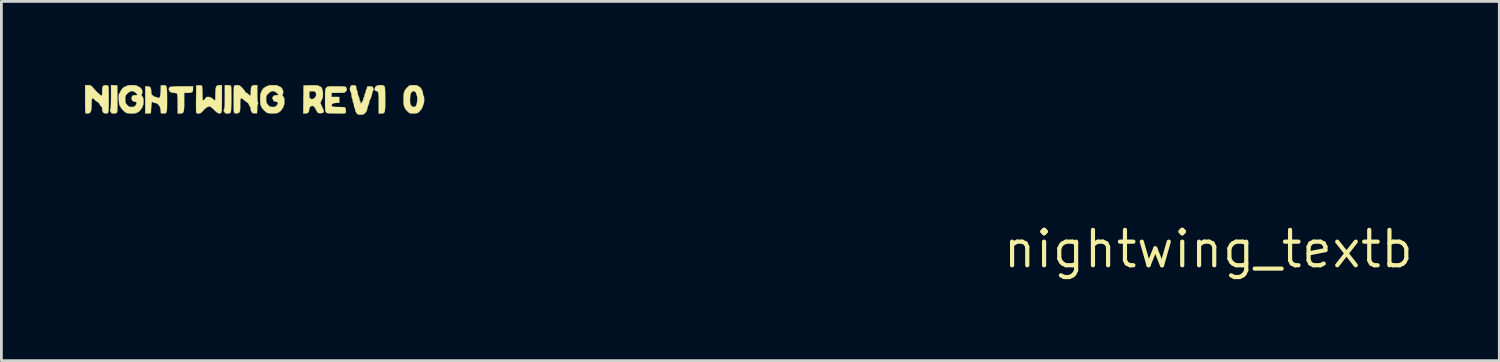
<source format=kicad_pcb>
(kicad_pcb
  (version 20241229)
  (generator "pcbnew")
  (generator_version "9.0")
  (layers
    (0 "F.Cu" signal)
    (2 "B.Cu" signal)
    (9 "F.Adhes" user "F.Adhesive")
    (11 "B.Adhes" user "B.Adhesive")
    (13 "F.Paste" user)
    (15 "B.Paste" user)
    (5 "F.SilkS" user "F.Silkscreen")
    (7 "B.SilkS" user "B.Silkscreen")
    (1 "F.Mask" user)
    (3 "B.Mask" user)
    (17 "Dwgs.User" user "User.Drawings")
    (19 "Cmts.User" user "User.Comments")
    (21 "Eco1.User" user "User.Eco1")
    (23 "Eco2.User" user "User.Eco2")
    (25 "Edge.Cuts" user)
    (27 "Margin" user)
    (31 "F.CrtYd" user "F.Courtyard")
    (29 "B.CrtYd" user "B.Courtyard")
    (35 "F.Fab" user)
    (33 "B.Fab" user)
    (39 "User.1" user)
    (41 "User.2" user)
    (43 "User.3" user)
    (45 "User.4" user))
  (footprint "nightwing_textb"
    (layer "F.Cu")
    (at 40.328 5.892)
    (property "Reference" "nightwing_textb" (at 0 0 0) (layer "F.SilkS") (effects (font (size 1.27 1.27) (thickness 0.15))))
    (attr through_hole)
    (fp_poly (pts (xy -39.28 -5.88) (xy -39.169 -5.874) (xy -39.163 -5.4) (xy -39.162 -5.225) (xy -39.163 -5.089) (xy -39.167 -4.991) (xy -39.172 -4.928) (xy -39.181 -4.898) (xy -39.182 -4.897) (xy -39.217 -4.879) (xy -39.276 -4.869) (xy -39.293 -4.868) (xy -39.352 -4.872) (xy -39.385 -4.891) (xy -39.409 -4.932) (xy -39.41 -4.934) (xy -39.427 -4.987) (xy -39.418 -5.019) (xy -39.415 -5.022) (xy -39.405 -5.054) (xy -39.398 -5.126) (xy -39.394 -5.239) (xy -39.391 -5.395) (xy -39.391 -5.466) (xy -39.391 -5.887) (xy -39.28 -5.88)) (stroke (width 0.01) (type solid)) (fill yes) (layer "F.SilkS"))
    (fp_poly (pts (xy -35.132 -5.879) (xy -35.094 -5.863) (xy -35.086 -5.851) (xy -35.08 -5.815) (xy -35.076 -5.745) (xy -35.074 -5.65) (xy -35.073 -5.537) (xy -35.073 -5.414) (xy -35.074 -5.288) (xy -35.077 -5.169) (xy -35.081 -5.063) (xy -35.085 -4.979) (xy -35.091 -4.925) (xy -35.095 -4.909) (xy -35.126 -4.884) (xy -35.177 -4.869) (xy -35.233 -4.866) (xy -35.28 -4.874) (xy -35.305 -4.894) (xy -35.306 -4.9) (xy -35.317 -4.928) (xy -35.327 -4.932) (xy -35.345 -4.95) (xy -35.348 -4.973) (xy -35.339 -5.013) (xy -35.327 -5.027) (xy -35.32 -5.053) (xy -35.314 -5.117) (xy -35.309 -5.215) (xy -35.307 -5.344) (xy -35.306 -5.462) (xy -35.306 -5.884) (xy -35.202 -5.884) (xy -35.132 -5.879)) (stroke (width 0.01) (type solid)) (fill yes) (layer "F.SilkS"))
    (fp_poly (pts (xy -29.627 -5.876) (xy -29.581 -5.85) (xy -29.578 -5.847) (xy -29.568 -5.823) (xy -29.56 -5.776) (xy -29.555 -5.703) (xy -29.552 -5.6) (xy -29.55 -5.46) (xy -29.55 -5.376) (xy -29.55 -5.217) (xy -29.553 -5.095) (xy -29.558 -5.005) (xy -29.568 -4.943) (xy -29.584 -4.903) (xy -29.607 -4.881) (xy -29.639 -4.871) (xy -29.681 -4.868) (xy -29.694 -4.868) (xy -29.782 -4.868) (xy -29.782 -5.24) (xy -29.782 -5.387) (xy -29.786 -5.497) (xy -29.792 -5.574) (xy -29.804 -5.626) (xy -29.821 -5.656) (xy -29.845 -5.67) (xy -29.873 -5.673) (xy -29.91 -5.689) (xy -29.927 -5.731) (xy -29.921 -5.785) (xy -29.891 -5.838) (xy -29.89 -5.839) (xy -29.843 -5.868) (xy -29.773 -5.884) (xy -29.696 -5.887) (xy -29.627 -5.876)) (stroke (width 0.01) (type solid)) (fill yes) (layer "F.SilkS"))
    (fp_poly (pts (xy -36.449 -5.747) (xy -36.455 -5.682) (xy -36.479 -5.641) (xy -36.527 -5.618) (xy -36.607 -5.61) (xy -36.649 -5.609) (xy -36.767 -5.609) (xy -36.767 -5.274) (xy -36.767 -5.133) (xy -36.772 -5.029) (xy -36.781 -4.957) (xy -36.799 -4.91) (xy -36.826 -4.883) (xy -36.864 -4.871) (xy -36.917 -4.868) (xy -36.922 -4.868) (xy -36.999 -4.868) (xy -36.999 -5.213) (xy -37.001 -5.362) (xy -37.005 -5.471) (xy -37.012 -5.543) (xy -37.022 -5.58) (xy -37.025 -5.584) (xy -37.06 -5.599) (xy -37.12 -5.608) (xy -37.147 -5.609) (xy -37.234 -5.623) (xy -37.291 -5.663) (xy -37.316 -5.725) (xy -37.317 -5.738) (xy -37.314 -5.772) (xy -37.302 -5.798) (xy -37.277 -5.816) (xy -37.232 -5.829) (xy -37.163 -5.836) (xy -37.064 -5.84) (xy -36.93 -5.842) (xy -36.853 -5.842) (xy -36.449 -5.842) (xy -36.449 -5.747)) (stroke (width 0.01) (type solid)) (fill yes) (layer "F.SilkS"))
    (fp_poly (pts (xy -37.445 -5.877) (xy -37.421 -5.86) (xy -37.403 -5.825) (xy -37.392 -5.77) (xy -37.385 -5.687) (xy -37.382 -5.574) (xy -37.381 -5.425) (xy -37.381 -5.363) (xy -37.381 -5.205) (xy -37.383 -5.084) (xy -37.387 -4.996) (xy -37.396 -4.935) (xy -37.411 -4.897) (xy -37.432 -4.877) (xy -37.463 -4.87) (xy -37.503 -4.871) (xy -37.522 -4.872) (xy -37.603 -4.879) (xy -37.609 -4.989) (xy -37.629 -5.085) (xy -37.674 -5.166) (xy -37.736 -5.224) (xy -37.808 -5.249) (xy -37.819 -5.249) (xy -37.868 -5.257) (xy -37.894 -5.275) (xy -37.894 -5.276) (xy -37.909 -5.297) (xy -37.924 -5.279) (xy -37.937 -5.226) (xy -37.947 -5.142) (xy -37.952 -5.073) (xy -37.962 -4.879) (xy -38.163 -4.866) (xy -38.163 -5.842) (xy -38.088 -5.842) (xy -38.018 -5.832) (xy -37.976 -5.799) (xy -37.955 -5.736) (xy -37.952 -5.673) (xy -37.948 -5.601) (xy -37.931 -5.554) (xy -37.896 -5.513) (xy -37.896 -5.513) (xy -37.848 -5.478) (xy -37.804 -5.461) (xy -37.8 -5.461) (xy -37.75 -5.45) (xy -37.721 -5.436) (xy -37.679 -5.422) (xy -37.648 -5.44) (xy -37.627 -5.493) (xy -37.614 -5.584) (xy -37.609 -5.676) (xy -37.603 -5.874) (xy -37.521 -5.88) (xy -37.478 -5.882) (xy -37.445 -5.877)) (stroke (width 0.01) (type solid)) (fill yes) (layer "F.SilkS"))
    (fp_poly (pts (xy -31.998 -5.878) (xy -31.95 -5.871) (xy -31.941 -5.864) (xy -31.923 -5.845) (xy -31.903 -5.842) (xy -31.858 -5.822) (xy -31.821 -5.768) (xy -31.795 -5.687) (xy -31.784 -5.586) (xy -31.784 -5.567) (xy -31.789 -5.473) (xy -31.807 -5.4) (xy -31.841 -5.329) (xy -31.868 -5.274) (xy -31.88 -5.237) (xy -31.877 -5.228) (xy -31.857 -5.211) (xy -31.856 -5.202) (xy -31.847 -5.17) (xy -31.823 -5.115) (xy -31.798 -5.065) (xy -31.762 -4.982) (xy -31.757 -4.926) (xy -31.784 -4.893) (xy -31.846 -4.88) (xy -31.877 -4.879) (xy -31.929 -4.881) (xy -31.963 -4.894) (xy -31.991 -4.928) (xy -32.023 -4.985) (xy -32.067 -5.065) (xy -32.103 -5.114) (xy -32.134 -5.137) (xy -32.167 -5.143) (xy -32.23 -5.124) (xy -32.268 -5.072) (xy -32.279 -5.007) (xy -32.292 -4.931) (xy -32.331 -4.886) (xy -32.401 -4.869) (xy -32.416 -4.868) (xy -32.492 -4.868) (xy -32.486 -5.371) (xy -32.485 -5.476) (xy -32.276 -5.476) (xy -32.265 -5.432) (xy -32.243 -5.407) (xy -32.19 -5.38) (xy -32.138 -5.389) (xy -32.083 -5.426) (xy -32.037 -5.49) (xy -32.026 -5.563) (xy -32.053 -5.633) (xy -32.056 -5.637) (xy -32.089 -5.663) (xy -32.144 -5.67) (xy -32.177 -5.669) (xy -32.269 -5.662) (xy -32.275 -5.549) (xy -32.276 -5.476) (xy -32.485 -5.476) (xy -32.48 -5.874) (xy -32.21 -5.88) (xy -32.086 -5.881) (xy -31.998 -5.878)) (stroke (width 0.01) (type solid)) (fill yes) (layer "F.SilkS"))
    (fp_poly (pts (xy -31.302 -5.842) (xy -31.177 -5.841) (xy -31.088 -5.839) (xy -31.027 -5.835) (xy -30.989 -5.828) (xy -30.966 -5.817) (xy -30.954 -5.805) (xy -30.927 -5.747) (xy -30.941 -5.69) (xy -30.968 -5.655) (xy -30.99 -5.635) (xy -31.019 -5.622) (xy -31.061 -5.614) (xy -31.127 -5.61) (xy -31.225 -5.609) (xy -31.243 -5.609) (xy -31.475 -5.609) (xy -31.475 -5.461) (xy -31.2 -5.461) (xy -31.2 -5.249) (xy -31.307 -5.249) (xy -31.398 -5.239) (xy -31.455 -5.209) (xy -31.475 -5.16) (xy -31.475 -5.158) (xy -31.468 -5.134) (xy -31.442 -5.117) (xy -31.393 -5.107) (xy -31.312 -5.102) (xy -31.214 -5.101) (xy -31.125 -5.099) (xy -31.052 -5.095) (xy -31.005 -5.088) (xy -30.995 -5.085) (xy -30.973 -5.048) (xy -30.962 -4.979) (xy -30.964 -4.916) (xy -30.966 -4.898) (xy -30.974 -4.885) (xy -30.995 -4.877) (xy -31.035 -4.872) (xy -31.099 -4.87) (xy -31.194 -4.869) (xy -31.3 -4.87) (xy -31.429 -4.871) (xy -31.522 -4.873) (xy -31.586 -4.878) (xy -31.628 -4.885) (xy -31.655 -4.896) (xy -31.671 -4.908) (xy -31.684 -4.926) (xy -31.693 -4.952) (xy -31.7 -4.992) (xy -31.704 -5.053) (xy -31.707 -5.141) (xy -31.708 -5.261) (xy -31.708 -5.358) (xy -31.708 -5.513) (xy -31.707 -5.631) (xy -31.699 -5.717) (xy -31.681 -5.776) (xy -31.649 -5.813) (xy -31.598 -5.833) (xy -31.523 -5.841) (xy -31.422 -5.843) (xy -31.302 -5.842)) (stroke (width 0.01) (type solid)) (fill yes) (layer "F.SilkS"))
    (fp_poly (pts (xy -35.412 -5.402) (xy -35.413 -5.229) (xy -35.415 -5.096) (xy -35.419 -4.998) (xy -35.425 -4.934) (xy -35.433 -4.9) (xy -35.437 -4.894) (xy -35.485 -4.868) (xy -35.544 -4.879) (xy -35.615 -4.926) (xy -35.672 -4.979) (xy -35.748 -5.053) (xy -35.802 -5.099) (xy -35.845 -5.12) (xy -35.884 -5.12) (xy -35.926 -5.103) (xy -35.94 -5.096) (xy -35.999 -5.056) (xy -36.047 -5.014) (xy -36.052 -5.009) (xy -36.113 -4.939) (xy -36.158 -4.897) (xy -36.196 -4.875) (xy -36.238 -4.869) (xy -36.251 -4.868) (xy -36.302 -4.875) (xy -36.332 -4.893) (xy -36.334 -4.895) (xy -36.336 -4.923) (xy -36.338 -4.988) (xy -36.339 -5.081) (xy -36.34 -5.198) (xy -36.339 -5.331) (xy -36.338 -5.398) (xy -36.333 -5.874) (xy -36.239 -5.88) (xy -36.167 -5.878) (xy -36.13 -5.861) (xy -36.129 -5.859) (xy -36.122 -5.828) (xy -36.116 -5.764) (xy -36.112 -5.677) (xy -36.111 -5.583) (xy -36.109 -5.486) (xy -36.106 -5.407) (xy -36.101 -5.354) (xy -36.094 -5.335) (xy -36.058 -5.352) (xy -36.019 -5.39) (xy -35.999 -5.424) (xy -35.967 -5.455) (xy -35.912 -5.465) (xy -35.845 -5.454) (xy -35.778 -5.424) (xy -35.744 -5.398) (xy -35.699 -5.359) (xy -35.667 -5.336) (xy -35.661 -5.334) (xy -35.654 -5.354) (xy -35.649 -5.407) (xy -35.646 -5.487) (xy -35.645 -5.573) (xy -35.642 -5.695) (xy -35.633 -5.78) (xy -35.614 -5.836) (xy -35.581 -5.868) (xy -35.533 -5.882) (xy -35.486 -5.884) (xy -35.412 -5.884) (xy -35.412 -5.402)) (stroke (width 0.01) (type solid)) (fill yes) (layer "F.SilkS"))
    (fp_poly (pts (xy -28.455 -5.881) (xy -28.403 -5.874) (xy -28.384 -5.863) (xy -28.368 -5.844) (xy -28.356 -5.842) (xy -28.313 -5.823) (xy -28.268 -5.775) (xy -28.229 -5.708) (xy -28.202 -5.634) (xy -28.194 -5.578) (xy -28.189 -5.529) (xy -28.176 -5.504) (xy -28.173 -5.503) (xy -28.161 -5.484) (xy -28.154 -5.436) (xy -28.152 -5.372) (xy -28.154 -5.304) (xy -28.161 -5.245) (xy -28.172 -5.212) (xy -28.192 -5.162) (xy -28.203 -5.121) (xy -28.233 -5.051) (xy -28.292 -4.972) (xy -28.372 -4.895) (xy -28.411 -4.88) (xy -28.477 -4.871) (xy -28.538 -4.868) (xy -28.623 -4.872) (xy -28.678 -4.885) (xy -28.714 -4.908) (xy -28.788 -4.984) (xy -28.838 -5.051) (xy -28.869 -5.12) (xy -28.886 -5.202) (xy -28.892 -5.31) (xy -28.892 -5.369) (xy -28.66 -5.369) (xy -28.66 -5.368) (xy -28.657 -5.279) (xy -28.651 -5.217) (xy -28.641 -5.187) (xy -28.639 -5.186) (xy -28.619 -5.169) (xy -28.617 -5.156) (xy -28.6 -5.124) (xy -28.557 -5.106) (xy -28.506 -5.103) (xy -28.463 -5.119) (xy -28.454 -5.128) (xy -28.425 -5.188) (xy -28.405 -5.274) (xy -28.395 -5.368) (xy -28.399 -5.455) (xy -28.404 -5.482) (xy -28.433 -5.578) (xy -28.462 -5.638) (xy -28.496 -5.667) (xy -28.524 -5.673) (xy -28.584 -5.654) (xy -28.626 -5.597) (xy -28.651 -5.503) (xy -28.66 -5.369) (xy -28.892 -5.369) (xy -28.892 -5.376) (xy -28.89 -5.5) (xy -28.88 -5.593) (xy -28.859 -5.665) (xy -28.825 -5.727) (xy -28.772 -5.788) (xy -28.752 -5.809) (xy -28.709 -5.849) (xy -28.672 -5.872) (xy -28.626 -5.882) (xy -28.555 -5.884) (xy -28.531 -5.884) (xy -28.455 -5.881)) (stroke (width 0.01) (type solid)) (fill yes) (layer "F.SilkS"))
    (fp_poly (pts (xy -40.164 -5.883) (xy -40.126 -5.874) (xy -40.091 -5.851) (xy -40.05 -5.808) (xy -40.003 -5.752) (xy -39.943 -5.684) (xy -39.884 -5.624) (xy -39.838 -5.584) (xy -39.833 -5.581) (xy -39.792 -5.549) (xy -39.772 -5.524) (xy -39.772 -5.522) (xy -39.755 -5.505) (xy -39.74 -5.503) (xy -39.724 -5.512) (xy -39.714 -5.541) (xy -39.709 -5.601) (xy -39.709 -5.664) (xy -39.705 -5.765) (xy -39.693 -5.829) (xy -39.678 -5.854) (xy -39.636 -5.876) (xy -39.579 -5.884) (xy -39.525 -5.877) (xy -39.491 -5.856) (xy -39.489 -5.852) (xy -39.484 -5.818) (xy -39.48 -5.75) (xy -39.477 -5.655) (xy -39.475 -5.543) (xy -39.474 -5.421) (xy -39.475 -5.298) (xy -39.476 -5.181) (xy -39.478 -5.078) (xy -39.482 -4.999) (xy -39.486 -4.95) (xy -39.487 -4.948) (xy -39.5 -4.896) (xy -39.523 -4.873) (xy -39.568 -4.868) (xy -39.576 -4.868) (xy -39.647 -4.882) (xy -39.69 -4.925) (xy -39.707 -5.001) (xy -39.708 -5.022) (xy -39.712 -5.073) (xy -39.722 -5.1) (xy -39.725 -5.101) (xy -39.746 -5.118) (xy -39.775 -5.158) (xy -39.782 -5.17) (xy -39.835 -5.248) (xy -39.877 -5.287) (xy -39.894 -5.292) (xy -39.919 -5.306) (xy -39.959 -5.341) (xy -39.973 -5.355) (xy -40.02 -5.4) (xy -40.053 -5.418) (xy -40.073 -5.405) (xy -40.084 -5.359) (xy -40.089 -5.276) (xy -40.09 -5.205) (xy -40.094 -5.073) (xy -40.107 -4.978) (xy -40.132 -4.915) (xy -40.17 -4.88) (xy -40.223 -4.868) (xy -40.228 -4.868) (xy -40.279 -4.872) (xy -40.308 -4.882) (xy -40.308 -4.882) (xy -40.312 -4.907) (xy -40.316 -4.967) (xy -40.319 -5.058) (xy -40.321 -5.173) (xy -40.322 -5.305) (xy -40.322 -5.39) (xy -40.322 -5.884) (xy -40.217 -5.884) (xy -40.164 -5.883)) (stroke (width 0.01) (type solid)) (fill yes) (layer "F.SilkS"))
    (fp_poly (pts (xy -34.142 -5.579) (xy -34.14 -5.449) (xy -34.136 -5.35) (xy -34.129 -5.285) (xy -34.12 -5.259) (xy -34.11 -5.235) (xy -34.119 -5.22) (xy -34.13 -5.187) (xy -34.139 -5.125) (xy -34.146 -5.046) (xy -34.146 -5.037) (xy -34.152 -4.879) (xy -34.223 -4.872) (xy -34.3 -4.881) (xy -34.351 -4.922) (xy -34.374 -4.995) (xy -34.375 -5.02) (xy -34.379 -5.072) (xy -34.388 -5.1) (xy -34.392 -5.101) (xy -34.41 -5.119) (xy -34.433 -5.163) (xy -34.438 -5.175) (xy -34.46 -5.223) (xy -34.477 -5.248) (xy -34.48 -5.249) (xy -34.501 -5.262) (xy -34.545 -5.294) (xy -34.594 -5.334) (xy -34.658 -5.385) (xy -34.703 -5.412) (xy -34.731 -5.411) (xy -34.747 -5.38) (xy -34.754 -5.313) (xy -34.756 -5.209) (xy -34.756 -5.179) (xy -34.757 -5.071) (xy -34.76 -4.998) (xy -34.767 -4.951) (xy -34.779 -4.921) (xy -34.794 -4.903) (xy -34.843 -4.877) (xy -34.9 -4.869) (xy -34.95 -4.878) (xy -34.976 -4.902) (xy -34.98 -4.932) (xy -34.983 -4.998) (xy -34.986 -5.093) (xy -34.988 -5.209) (xy -34.988 -5.341) (xy -34.989 -5.376) (xy -34.988 -5.51) (xy -34.986 -5.631) (xy -34.984 -5.732) (xy -34.98 -5.806) (xy -34.977 -5.847) (xy -34.976 -5.851) (xy -34.949 -5.874) (xy -34.89 -5.884) (xy -34.869 -5.884) (xy -34.814 -5.881) (xy -34.772 -5.867) (xy -34.729 -5.833) (xy -34.681 -5.784) (xy -34.63 -5.726) (xy -34.591 -5.675) (xy -34.575 -5.646) (xy -34.552 -5.615) (xy -34.536 -5.609) (xy -34.504 -5.595) (xy -34.463 -5.56) (xy -34.459 -5.556) (xy -34.421 -5.52) (xy -34.394 -5.504) (xy -34.392 -5.503) (xy -34.384 -5.523) (xy -34.377 -5.574) (xy -34.374 -5.646) (xy -34.374 -5.657) (xy -34.369 -5.759) (xy -34.354 -5.826) (xy -34.324 -5.865) (xy -34.274 -5.882) (xy -34.229 -5.884) (xy -34.142 -5.884) (xy -34.142 -5.579)) (stroke (width 0.01) (type solid)) (fill yes) (layer "F.SilkS"))
    (fp_poly (pts (xy -30.68 -5.881) (xy -30.628 -5.874) (xy -30.602 -5.857) (xy -30.593 -5.817) (xy -30.59 -5.784) (xy -30.582 -5.729) (xy -30.569 -5.697) (xy -30.563 -5.694) (xy -30.55 -5.675) (xy -30.543 -5.629) (xy -30.543 -5.614) (xy -30.534 -5.55) (xy -30.514 -5.498) (xy -30.511 -5.494) (xy -30.487 -5.441) (xy -30.48 -5.395) (xy -30.473 -5.347) (xy -30.459 -5.323) (xy -30.441 -5.294) (xy -30.438 -5.269) (xy -30.431 -5.236) (xy -30.422 -5.228) (xy -30.4 -5.246) (xy -30.372 -5.288) (xy -30.347 -5.341) (xy -30.333 -5.387) (xy -30.332 -5.398) (xy -30.322 -5.438) (xy -30.311 -5.45) (xy -30.295 -5.479) (xy -30.29 -5.526) (xy -30.283 -5.57) (xy -30.268 -5.588) (xy -30.253 -5.606) (xy -30.247 -5.65) (xy -30.241 -5.699) (xy -30.226 -5.726) (xy -30.21 -5.755) (xy -30.205 -5.79) (xy -30.2 -5.823) (xy -30.18 -5.838) (xy -30.131 -5.842) (xy -30.114 -5.842) (xy -30.051 -5.836) (xy -30.006 -5.822) (xy -29.997 -5.817) (xy -29.98 -5.782) (xy -29.973 -5.735) (xy -29.976 -5.693) (xy -29.991 -5.673) (xy -29.993 -5.673) (xy -30.01 -5.655) (xy -30.014 -5.631) (xy -30.02 -5.586) (xy -30.035 -5.524) (xy -30.056 -5.457) (xy -30.077 -5.399) (xy -30.096 -5.362) (xy -30.103 -5.355) (xy -30.116 -5.337) (xy -30.12 -5.302) (xy -30.128 -5.245) (xy -30.139 -5.212) (xy -30.162 -5.156) (xy -30.184 -5.088) (xy -30.2 -5.025) (xy -30.205 -4.992) (xy -30.218 -4.958) (xy -30.251 -4.909) (xy -30.265 -4.893) (xy -30.308 -4.851) (xy -30.353 -4.832) (xy -30.417 -4.826) (xy -30.43 -4.826) (xy -30.498 -4.829) (xy -30.54 -4.844) (xy -30.574 -4.878) (xy -30.582 -4.889) (xy -30.613 -4.945) (xy -30.628 -5) (xy -30.628 -5.004) (xy -30.636 -5.049) (xy -30.649 -5.069) (xy -30.663 -5.097) (xy -30.67 -5.15) (xy -30.671 -5.166) (xy -30.675 -5.218) (xy -30.687 -5.247) (xy -30.692 -5.249) (xy -30.706 -5.268) (xy -30.713 -5.314) (xy -30.713 -5.322) (xy -30.718 -5.375) (xy -30.732 -5.407) (xy -30.734 -5.408) (xy -30.747 -5.436) (xy -30.755 -5.489) (xy -30.756 -5.51) (xy -30.764 -5.576) (xy -30.782 -5.631) (xy -30.788 -5.64) (xy -30.813 -5.702) (xy -30.816 -5.776) (xy -30.797 -5.841) (xy -30.791 -5.85) (xy -30.756 -5.876) (xy -30.696 -5.882) (xy -30.68 -5.881)) (stroke (width 0.01) (type solid)) (fill yes) (layer "F.SilkS"))
    (fp_poly (pts (xy -33.493 -5.882) (xy -33.431 -5.876) (xy -33.402 -5.866) (xy -33.401 -5.863) (xy -33.383 -5.845) (xy -33.363 -5.842) (xy -33.311 -5.823) (xy -33.262 -5.776) (xy -33.225 -5.713) (xy -33.211 -5.649) (xy -33.217 -5.593) (xy -33.232 -5.554) (xy -33.234 -5.552) (xy -33.243 -5.525) (xy -33.219 -5.486) (xy -33.213 -5.48) (xy -33.186 -5.442) (xy -33.173 -5.391) (xy -33.168 -5.313) (xy -33.168 -5.3) (xy -33.171 -5.228) (xy -33.18 -5.175) (xy -33.189 -5.154) (xy -33.207 -5.124) (xy -33.211 -5.1) (xy -33.22 -5.066) (xy -33.232 -5.059) (xy -33.251 -5.042) (xy -33.253 -5.031) (xy -33.27 -4.995) (xy -33.315 -4.95) (xy -33.379 -4.904) (xy -33.395 -4.895) (xy -33.445 -4.88) (xy -33.521 -4.872) (xy -33.61 -4.87) (xy -33.696 -4.874) (xy -33.764 -4.884) (xy -33.793 -4.894) (xy -33.841 -4.929) (xy -33.895 -4.979) (xy -33.945 -5.033) (xy -33.981 -5.08) (xy -33.994 -5.11) (xy -34.006 -5.146) (xy -34.015 -5.154) (xy -34.024 -5.18) (xy -34.031 -5.239) (xy -34.035 -5.323) (xy -34.036 -5.381) (xy -33.824 -5.381) (xy -33.822 -5.304) (xy -33.81 -5.252) (xy -33.782 -5.207) (xy -33.757 -5.177) (xy -33.709 -5.129) (xy -33.664 -5.107) (xy -33.602 -5.101) (xy -33.589 -5.101) (xy -33.523 -5.105) (xy -33.48 -5.123) (xy -33.441 -5.162) (xy -33.435 -5.169) (xy -33.402 -5.226) (xy -33.406 -5.266) (xy -33.449 -5.289) (xy -33.492 -5.296) (xy -33.546 -5.311) (xy -33.567 -5.345) (xy -33.583 -5.386) (xy -33.596 -5.4) (xy -33.601 -5.426) (xy -33.581 -5.469) (xy -33.545 -5.508) (xy -33.495 -5.523) (xy -33.462 -5.524) (xy -33.41 -5.527) (xy -33.382 -5.532) (xy -33.38 -5.533) (xy -33.393 -5.552) (xy -33.428 -5.59) (xy -33.445 -5.608) (xy -33.519 -5.661) (xy -33.593 -5.674) (xy -33.671 -5.646) (xy -33.74 -5.59) (xy -33.787 -5.541) (xy -33.813 -5.501) (xy -33.823 -5.451) (xy -33.824 -5.381) (xy -34.036 -5.381) (xy -34.036 -5.388) (xy -34.034 -5.489) (xy -34.029 -5.563) (xy -34.02 -5.603) (xy -34.015 -5.609) (xy -33.998 -5.627) (xy -33.994 -5.652) (xy -33.986 -5.686) (xy -33.975 -5.694) (xy -33.955 -5.711) (xy -33.945 -5.738) (xy -33.917 -5.779) (xy -33.889 -5.793) (xy -33.854 -5.81) (xy -33.846 -5.823) (xy -33.828 -5.838) (xy -33.803 -5.842) (xy -33.769 -5.851) (xy -33.761 -5.863) (xy -33.741 -5.873) (xy -33.686 -5.881) (xy -33.604 -5.884) (xy -33.581 -5.884) (xy -33.493 -5.882)) (stroke (width 0.01) (type solid)) (fill yes) (layer "F.SilkS"))
    (fp_poly (pts (xy -38.552 -5.882) (xy -38.49 -5.876) (xy -38.461 -5.866) (xy -38.46 -5.863) (xy -38.443 -5.844) (xy -38.428 -5.842) (xy -38.392 -5.829) (xy -38.345 -5.796) (xy -38.333 -5.786) (xy -38.286 -5.731) (xy -38.27 -5.67) (xy -38.269 -5.652) (xy -38.275 -5.595) (xy -38.29 -5.555) (xy -38.293 -5.552) (xy -38.302 -5.525) (xy -38.278 -5.486) (xy -38.272 -5.48) (xy -38.245 -5.442) (xy -38.231 -5.391) (xy -38.227 -5.313) (xy -38.227 -5.3) (xy -38.23 -5.228) (xy -38.238 -5.175) (xy -38.248 -5.154) (xy -38.266 -5.124) (xy -38.269 -5.1) (xy -38.278 -5.066) (xy -38.289 -5.059) (xy -38.31 -5.041) (xy -38.323 -5.016) (xy -38.348 -4.978) (xy -38.396 -4.936) (xy -38.419 -4.92) (xy -38.473 -4.891) (xy -38.529 -4.876) (xy -38.603 -4.869) (xy -38.655 -4.869) (xy -38.738 -4.872) (xy -38.808 -4.881) (xy -38.851 -4.892) (xy -38.851 -4.893) (xy -38.897 -4.925) (xy -38.949 -4.974) (xy -38.999 -5.028) (xy -39.037 -5.077) (xy -39.052 -5.109) (xy -39.053 -5.11) (xy -39.068 -5.142) (xy -39.078 -5.148) (xy -39.092 -5.174) (xy -39.103 -5.24) (xy -39.111 -5.344) (xy -39.112 -5.358) (xy -39.113 -5.38) (xy -38.883 -5.38) (xy -38.883 -5.378) (xy -38.881 -5.302) (xy -38.87 -5.25) (xy -38.844 -5.207) (xy -38.816 -5.175) (xy -38.766 -5.127) (xy -38.719 -5.106) (xy -38.656 -5.101) (xy -38.593 -5.107) (xy -38.545 -5.121) (xy -38.536 -5.128) (xy -38.497 -5.18) (xy -38.475 -5.234) (xy -38.475 -5.265) (xy -38.501 -5.284) (xy -38.545 -5.292) (xy -38.602 -5.31) (xy -38.641 -5.356) (xy -38.655 -5.418) (xy -38.643 -5.471) (xy -38.62 -5.506) (xy -38.582 -5.521) (xy -38.529 -5.524) (xy -38.474 -5.526) (xy -38.442 -5.531) (xy -38.439 -5.533) (xy -38.452 -5.552) (xy -38.486 -5.59) (xy -38.504 -5.608) (xy -38.578 -5.661) (xy -38.652 -5.674) (xy -38.729 -5.646) (xy -38.798 -5.59) (xy -38.846 -5.542) (xy -38.871 -5.502) (xy -38.881 -5.454) (xy -38.883 -5.38) (xy -39.113 -5.38) (xy -39.115 -5.457) (xy -39.113 -5.522) (xy -39.105 -5.564) (xy -39.09 -5.59) (xy -39.087 -5.593) (xy -39.059 -5.634) (xy -39.053 -5.661) (xy -39.042 -5.69) (xy -39.031 -5.694) (xy -39.012 -5.711) (xy -39.01 -5.724) (xy -38.993 -5.757) (xy -38.952 -5.795) (xy -38.901 -5.827) (xy -38.857 -5.842) (xy -38.853 -5.842) (xy -38.824 -5.853) (xy -38.82 -5.863) (xy -38.8 -5.873) (xy -38.745 -5.881) (xy -38.663 -5.884) (xy -38.64 -5.884) (xy -38.552 -5.882)) (stroke (width 0.01) (type solid)) (fill yes) (layer "F.SilkS")))
  (gr_rect
    (start -3 -3)
    (end 50.773 9.898)
    (stroke (width 0.1) (type default))
    (fill no)
    (layer "Edge.Cuts")))
</source>
